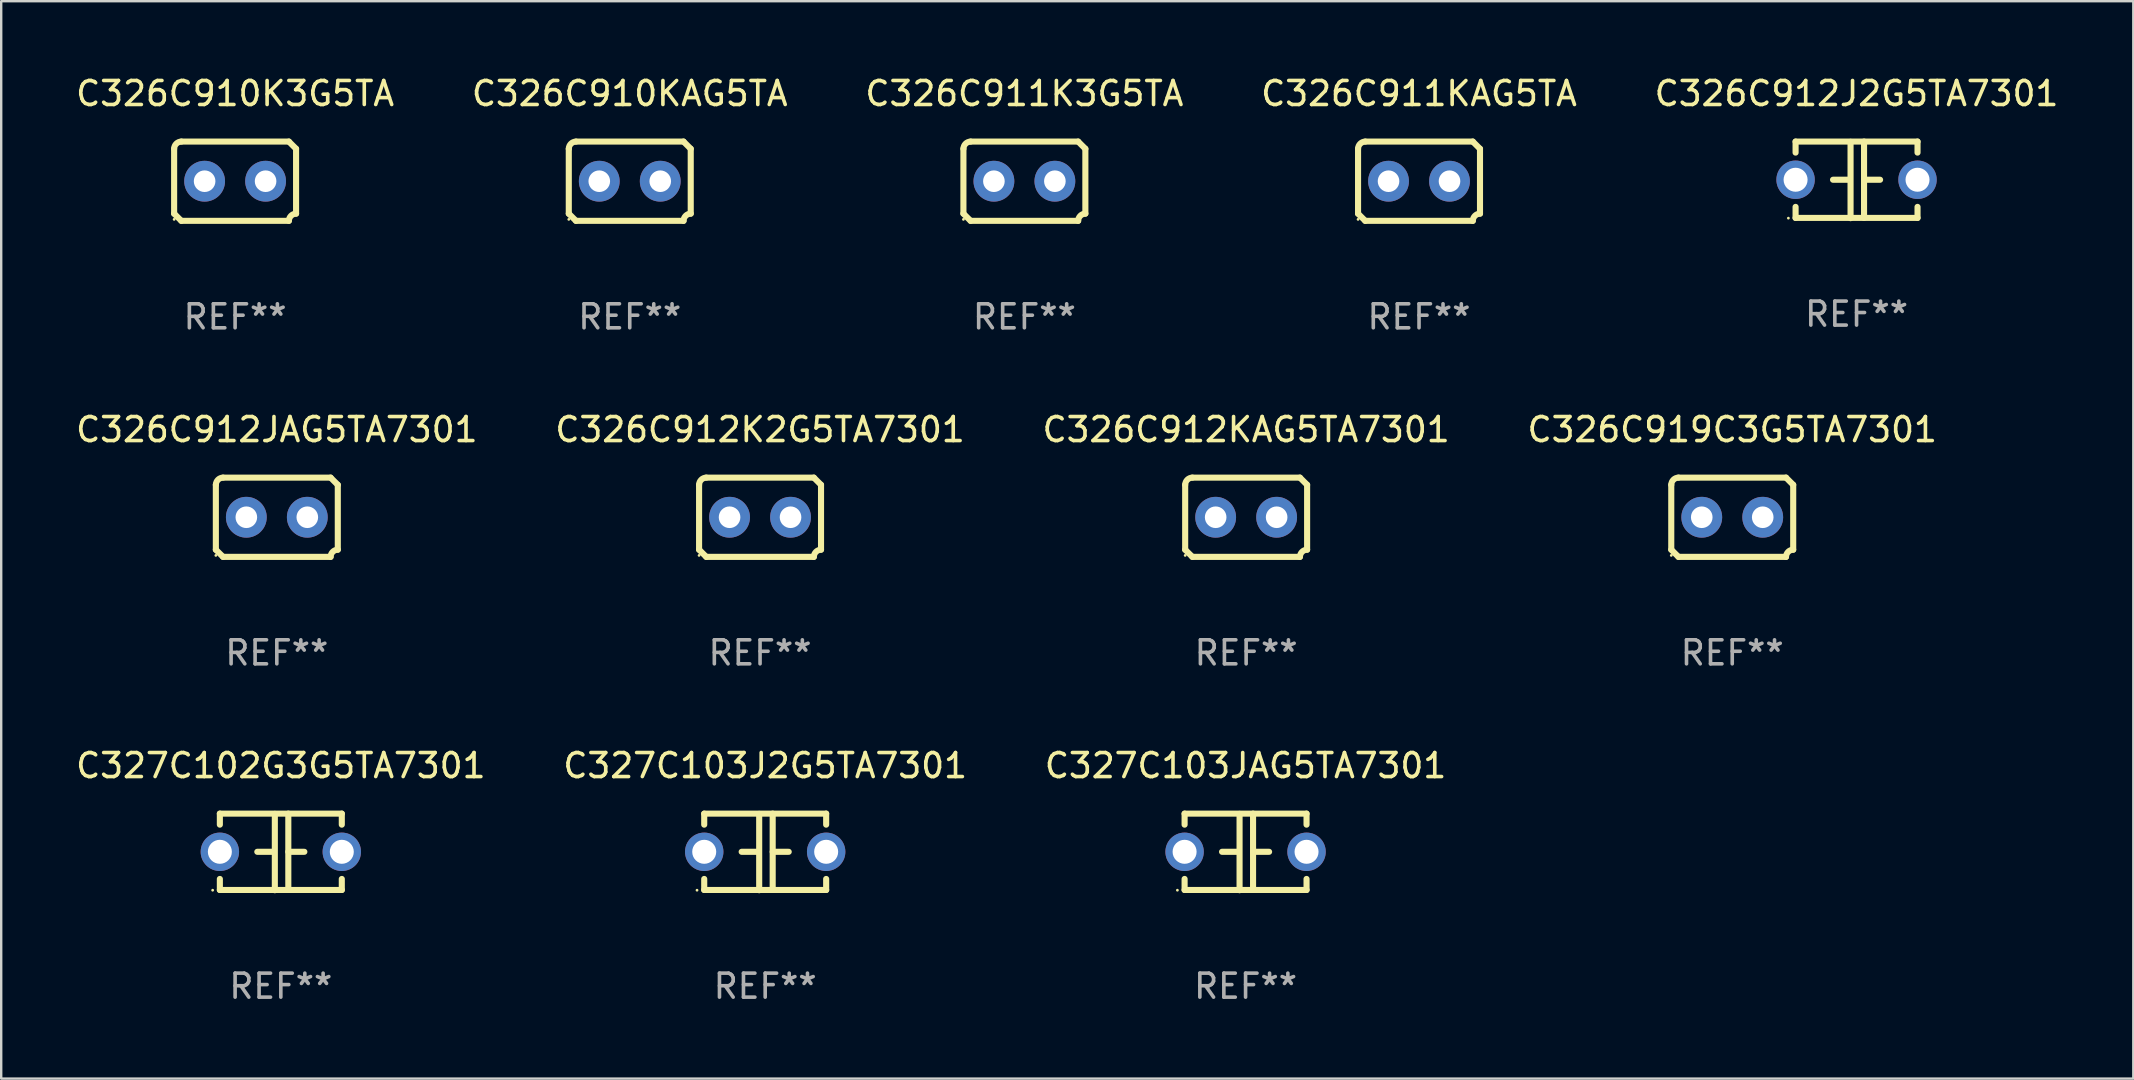
<source format=kicad_pcb>
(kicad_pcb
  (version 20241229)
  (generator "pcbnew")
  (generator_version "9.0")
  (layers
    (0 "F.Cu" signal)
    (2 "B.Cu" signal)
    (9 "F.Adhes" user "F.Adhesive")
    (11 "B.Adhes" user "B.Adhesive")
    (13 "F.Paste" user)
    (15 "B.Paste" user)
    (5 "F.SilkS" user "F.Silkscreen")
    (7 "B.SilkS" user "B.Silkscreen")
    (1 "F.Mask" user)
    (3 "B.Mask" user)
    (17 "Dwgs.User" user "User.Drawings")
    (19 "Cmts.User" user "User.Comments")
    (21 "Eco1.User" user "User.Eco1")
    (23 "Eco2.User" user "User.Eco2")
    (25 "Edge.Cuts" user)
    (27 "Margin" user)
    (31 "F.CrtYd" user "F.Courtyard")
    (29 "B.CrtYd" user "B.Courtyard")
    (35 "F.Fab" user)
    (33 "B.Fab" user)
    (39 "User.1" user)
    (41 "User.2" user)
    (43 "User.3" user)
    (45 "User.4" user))
  (footprint "C326C910KAG5TA"
    (layer "F.Cu")
    (at 23.185 4.499)
    (property "Reference" "C326C910KAG5TA" (at 0 -3.651 0) (layer "F.SilkS") (effects (font (size 1 1) (thickness 0.15))))
    (attr through_hole)
    (fp_line (start -2.54 -1.351) (end -2.54 1.351) (stroke (width 0.254) (type solid)) (layer "F.SilkS"))
    (fp_line (start -2.24 -1.651) (end 2.24 -1.651) (stroke (width 0.254) (type solid)) (layer "F.SilkS"))
    (fp_line (start 2.24 1.651) (end -2.24 1.651) (stroke (width 0.254) (type solid)) (layer "F.SilkS"))
    (fp_line (start 2.54 1.351) (end 2.54 -1.351) (stroke (width 0.254) (type solid)) (layer "F.SilkS"))
    (fp_arc (start -2.540005 -1.351283) (mid -2.450115 -1.561309) (end -2.240005 -1.651003) (stroke (width 0.254001) (type solid)) (layer "F.SilkS"))
    (fp_arc (start -2.240287 1.651001) (mid -2.390163 1.501019) (end -2.540005 1.351003) (stroke (width 0.254001) (type solid)) (layer "F.SilkS"))
    (fp_arc (start 2.240005 1.651003) (mid 2.329934 1.441015) (end 2.540005 1.351282) (stroke (width 0.254001) (type solid)) (layer "F.SilkS"))
    (fp_arc (start 2.540005 -1.351003) (mid 2.389393 -1.500252) (end 2.240284 -1.651003) (stroke (width 0.254001) (type solid)) (layer "F.SilkS"))
    (fp_circle (center -2.54 1.59) (end -2.51 1.59) (stroke (width 0.06) (type solid)) (fill no) (layer "F.SilkS"))
    (fp_text user "REF**" (at 0 5.651 0) (layer "F.Fab") (effects (font (size 1 1) (thickness 0.15))))
    (pad "1" thru_hole circle (at -1.27 0) (size 1.7 1.7) (drill 0.9) (layers "*.Cu" "*.Mask"))
    (pad "2" thru_hole circle (at 1.27 0) (size 1.7 1.7) (drill 0.9) (layers "*.Cu" "*.Mask")))
  (footprint "C327C102G3G5TA7301"
    (layer "F.Cu")
    (at 8.649 32.44)
    (property "Reference" "C327C102G3G5TA7301" (at 0 -3.595 0) (layer "F.SilkS") (effects (font (size 1 1) (thickness 0.15))))
    (attr through_hole)
    (fp_line (start -2.54 -1.595) (end -2.54 -1.136) (stroke (width 0.254) (type solid)) (layer "F.SilkS"))
    (fp_line (start -2.54 -1.595) (end 2.54 -1.595) (stroke (width 0.254) (type solid)) (layer "F.SilkS"))
    (fp_line (start -2.54 1.126) (end -2.54 1.585) (stroke (width 0.254) (type solid)) (layer "F.SilkS"))
    (fp_line (start -0.312 -0.005) (end -0.98 -0.005) (stroke (width 0.254) (type solid)) (layer "F.SilkS"))
    (fp_line (start -0.25 -1.585) (end -0.25 1.595) (stroke (width 0.254) (type solid)) (layer "F.SilkS"))
    (fp_line (start 0.312 -1.595) (end 0.312 1.585) (stroke (width 0.254) (type solid)) (layer "F.SilkS"))
    (fp_line (start 0.312 -0.005) (end 0.98 -0.005) (stroke (width 0.254) (type solid)) (layer "F.SilkS"))
    (fp_line (start 2.54 -1.595) (end 2.54 -1.136) (stroke (width 0.254) (type solid)) (layer "F.SilkS"))
    (fp_line (start 2.54 1.126) (end 2.54 1.585) (stroke (width 0.254) (type solid)) (layer "F.SilkS"))
    (fp_line (start 2.54 1.585) (end -2.54 1.585) (stroke (width 0.254) (type solid)) (layer "F.SilkS"))
    (fp_circle (center -2.84 1.595) (end -2.81 1.595) (stroke (width 0.06) (type solid)) (fill no) (layer "F.SilkS"))
    (fp_text user "REF**" (at 0 5.595 0) (layer "F.Fab") (effects (font (size 1 1) (thickness 0.15))))
    (pad "1" thru_hole circle (at -2.54 -0.005) (size 1.6 1.6) (drill 1) (layers "*.Cu" "*.Mask"))
    (pad "2" thru_hole circle (at 2.54 -0.005) (size 1.6 1.6) (drill 1) (layers "*.Cu" "*.Mask")))
  (footprint "C327C103JAG5TA7301"
    (layer "F.Cu")
    (at 48.839 32.44)
    (property "Reference" "C327C103JAG5TA7301" (at 0 -3.595 0) (layer "F.SilkS") (effects (font (size 1 1) (thickness 0.15))))
    (attr through_hole)
    (fp_line (start -2.54 -1.595) (end -2.54 -1.136) (stroke (width 0.254) (type solid)) (layer "F.SilkS"))
    (fp_line (start -2.54 -1.595) (end 2.54 -1.595) (stroke (width 0.254) (type solid)) (layer "F.SilkS"))
    (fp_line (start -2.54 1.126) (end -2.54 1.585) (stroke (width 0.254) (type solid)) (layer "F.SilkS"))
    (fp_line (start -0.312 -0.005) (end -0.98 -0.005) (stroke (width 0.254) (type solid)) (layer "F.SilkS"))
    (fp_line (start -0.25 -1.585) (end -0.25 1.595) (stroke (width 0.254) (type solid)) (layer "F.SilkS"))
    (fp_line (start 0.312 -1.595) (end 0.312 1.585) (stroke (width 0.254) (type solid)) (layer "F.SilkS"))
    (fp_line (start 0.312 -0.005) (end 0.98 -0.005) (stroke (width 0.254) (type solid)) (layer "F.SilkS"))
    (fp_line (start 2.54 -1.595) (end 2.54 -1.136) (stroke (width 0.254) (type solid)) (layer "F.SilkS"))
    (fp_line (start 2.54 1.126) (end 2.54 1.585) (stroke (width 0.254) (type solid)) (layer "F.SilkS"))
    (fp_line (start 2.54 1.585) (end -2.54 1.585) (stroke (width 0.254) (type solid)) (layer "F.SilkS"))
    (fp_circle (center -2.84 1.595) (end -2.81 1.595) (stroke (width 0.06) (type solid)) (fill no) (layer "F.SilkS"))
    (fp_text user "REF**" (at 0 5.595 0) (layer "F.Fab") (effects (font (size 1 1) (thickness 0.15))))
    (pad "1" thru_hole circle (at -2.54 -0.005) (size 1.6 1.6) (drill 1) (layers "*.Cu" "*.Mask"))
    (pad "2" thru_hole circle (at 2.54 -0.005) (size 1.6 1.6) (drill 1) (layers "*.Cu" "*.Mask")))
  (footprint "C326C911K3G5TA"
    (layer "F.Cu")
    (at 39.625 4.499)
    (property "Reference" "C326C911K3G5TA" (at 0 -3.651 0) (layer "F.SilkS") (effects (font (size 1 1) (thickness 0.15))))
    (attr through_hole)
    (fp_line (start -2.54 -1.351) (end -2.54 1.351) (stroke (width 0.254) (type solid)) (layer "F.SilkS"))
    (fp_line (start -2.24 -1.651) (end 2.24 -1.651) (stroke (width 0.254) (type solid)) (layer "F.SilkS"))
    (fp_line (start 2.24 1.651) (end -2.24 1.651) (stroke (width 0.254) (type solid)) (layer "F.SilkS"))
    (fp_line (start 2.54 1.351) (end 2.54 -1.351) (stroke (width 0.254) (type solid)) (layer "F.SilkS"))
    (fp_arc (start -2.540005 -1.351283) (mid -2.450115 -1.561309) (end -2.240005 -1.651003) (stroke (width 0.254001) (type solid)) (layer "F.SilkS"))
    (fp_arc (start -2.240287 1.651001) (mid -2.390163 1.501019) (end -2.540005 1.351003) (stroke (width 0.254001) (type solid)) (layer "F.SilkS"))
    (fp_arc (start 2.240005 1.651003) (mid 2.329934 1.441015) (end 2.540005 1.351282) (stroke (width 0.254001) (type solid)) (layer "F.SilkS"))
    (fp_arc (start 2.540005 -1.351003) (mid 2.389393 -1.500252) (end 2.240284 -1.651003) (stroke (width 0.254001) (type solid)) (layer "F.SilkS"))
    (fp_circle (center -2.54 1.59) (end -2.51 1.59) (stroke (width 0.06) (type solid)) (fill no) (layer "F.SilkS"))
    (fp_text user "REF**" (at 0 5.651 0) (layer "F.Fab") (effects (font (size 1 1) (thickness 0.15))))
    (pad "1" thru_hole circle (at -1.27 0) (size 1.7 1.7) (drill 0.9) (layers "*.Cu" "*.Mask"))
    (pad "2" thru_hole circle (at 1.27 0) (size 1.7 1.7) (drill 0.9) (layers "*.Cu" "*.Mask")))
  (footprint "C326C912KAG5TA7301"
    (layer "F.Cu")
    (at 48.863 18.498)
    (property "Reference" "C326C912KAG5TA7301" (at 0 -3.651 0) (layer "F.SilkS") (effects (font (size 1 1) (thickness 0.15))))
    (attr through_hole)
    (fp_line (start -2.54 -1.351) (end -2.54 1.351) (stroke (width 0.254) (type solid)) (layer "F.SilkS"))
    (fp_line (start -2.24 -1.651) (end 2.24 -1.651) (stroke (width 0.254) (type solid)) (layer "F.SilkS"))
    (fp_line (start 2.24 1.651) (end -2.24 1.651) (stroke (width 0.254) (type solid)) (layer "F.SilkS"))
    (fp_line (start 2.54 1.351) (end 2.54 -1.351) (stroke (width 0.254) (type solid)) (layer "F.SilkS"))
    (fp_arc (start -2.540005 -1.351283) (mid -2.450115 -1.561309) (end -2.240005 -1.651003) (stroke (width 0.254001) (type solid)) (layer "F.SilkS"))
    (fp_arc (start -2.240287 1.651001) (mid -2.390163 1.501019) (end -2.540005 1.351003) (stroke (width 0.254001) (type solid)) (layer "F.SilkS"))
    (fp_arc (start 2.240005 1.651003) (mid 2.329934 1.441015) (end 2.540005 1.351282) (stroke (width 0.254001) (type solid)) (layer "F.SilkS"))
    (fp_arc (start 2.540005 -1.351003) (mid 2.389393 -1.500252) (end 2.240284 -1.651003) (stroke (width 0.254001) (type solid)) (layer "F.SilkS"))
    (fp_circle (center -2.54 1.59) (end -2.51 1.59) (stroke (width 0.06) (type solid)) (fill no) (layer "F.SilkS"))
    (fp_text user "REF**" (at 0 5.651 0) (layer "F.Fab") (effects (font (size 1 1) (thickness 0.15))))
    (pad "1" thru_hole circle (at -1.27 0) (size 1.7 1.7) (drill 0.9) (layers "*.Cu" "*.Mask"))
    (pad "2" thru_hole circle (at 1.27 0) (size 1.7 1.7) (drill 0.9) (layers "*.Cu" "*.Mask")))
  (footprint "C326C911KAG5TA"
    (layer "F.Cu")
    (at 56.065 4.499)
    (property "Reference" "C326C911KAG5TA" (at 0 -3.651 0) (layer "F.SilkS") (effects (font (size 1 1) (thickness 0.15))))
    (attr through_hole)
    (fp_line (start -2.54 -1.351) (end -2.54 1.351) (stroke (width 0.254) (type solid)) (layer "F.SilkS"))
    (fp_line (start -2.24 -1.651) (end 2.24 -1.651) (stroke (width 0.254) (type solid)) (layer "F.SilkS"))
    (fp_line (start 2.24 1.651) (end -2.24 1.651) (stroke (width 0.254) (type solid)) (layer "F.SilkS"))
    (fp_line (start 2.54 1.351) (end 2.54 -1.351) (stroke (width 0.254) (type solid)) (layer "F.SilkS"))
    (fp_arc (start -2.540005 -1.351283) (mid -2.450115 -1.561309) (end -2.240005 -1.651003) (stroke (width 0.254001) (type solid)) (layer "F.SilkS"))
    (fp_arc (start -2.240287 1.651001) (mid -2.390163 1.501019) (end -2.540005 1.351003) (stroke (width 0.254001) (type solid)) (layer "F.SilkS"))
    (fp_arc (start 2.240005 1.651003) (mid 2.329934 1.441015) (end 2.540005 1.351282) (stroke (width 0.254001) (type solid)) (layer "F.SilkS"))
    (fp_arc (start 2.540005 -1.351003) (mid 2.389393 -1.500252) (end 2.240284 -1.651003) (stroke (width 0.254001) (type solid)) (layer "F.SilkS"))
    (fp_circle (center -2.54 1.59) (end -2.51 1.59) (stroke (width 0.06) (type solid)) (fill no) (layer "F.SilkS"))
    (fp_text user "REF**" (at 0 5.651 0) (layer "F.Fab") (effects (font (size 1 1) (thickness 0.15))))
    (pad "1" thru_hole circle (at -1.27 0) (size 1.7 1.7) (drill 0.9) (layers "*.Cu" "*.Mask"))
    (pad "2" thru_hole circle (at 1.27 0) (size 1.7 1.7) (drill 0.9) (layers "*.Cu" "*.Mask")))
  (footprint "C326C910K3G5TA"
    (layer "F.Cu")
    (at 6.744 4.499)
    (property "Reference" "C326C910K3G5TA" (at 0 -3.651 0) (layer "F.SilkS") (effects (font (size 1 1) (thickness 0.15))))
    (attr through_hole)
    (fp_line (start -2.54 -1.351) (end -2.54 1.351) (stroke (width 0.254) (type solid)) (layer "F.SilkS"))
    (fp_line (start -2.24 -1.651) (end 2.24 -1.651) (stroke (width 0.254) (type solid)) (layer "F.SilkS"))
    (fp_line (start 2.24 1.651) (end -2.24 1.651) (stroke (width 0.254) (type solid)) (layer "F.SilkS"))
    (fp_line (start 2.54 1.351) (end 2.54 -1.351) (stroke (width 0.254) (type solid)) (layer "F.SilkS"))
    (fp_arc (start -2.540005 -1.351283) (mid -2.450115 -1.561309) (end -2.240005 -1.651003) (stroke (width 0.254001) (type solid)) (layer "F.SilkS"))
    (fp_arc (start -2.240287 1.651001) (mid -2.390163 1.501019) (end -2.540005 1.351003) (stroke (width 0.254001) (type solid)) (layer "F.SilkS"))
    (fp_arc (start 2.240005 1.651003) (mid 2.329934 1.441015) (end 2.540005 1.351282) (stroke (width 0.254001) (type solid)) (layer "F.SilkS"))
    (fp_arc (start 2.540005 -1.351003) (mid 2.389393 -1.500252) (end 2.240284 -1.651003) (stroke (width 0.254001) (type solid)) (layer "F.SilkS"))
    (fp_circle (center -2.54 1.59) (end -2.51 1.59) (stroke (width 0.06) (type solid)) (fill no) (layer "F.SilkS"))
    (fp_text user "REF**" (at 0 5.651 0) (layer "F.Fab") (effects (font (size 1 1) (thickness 0.15))))
    (pad "1" thru_hole circle (at -1.27 0) (size 1.7 1.7) (drill 0.9) (layers "*.Cu" "*.Mask"))
    (pad "2" thru_hole circle (at 1.27 0) (size 1.7 1.7) (drill 0.9) (layers "*.Cu" "*.Mask")))
  (footprint "C326C912K2G5TA7301"
    (layer "F.Cu")
    (at 28.613 18.498)
    (property "Reference" "C326C912K2G5TA7301" (at 0 -3.651 0) (layer "F.SilkS") (effects (font (size 1 1) (thickness 0.15))))
    (attr through_hole)
    (fp_line (start -2.54 -1.351) (end -2.54 1.351) (stroke (width 0.254) (type solid)) (layer "F.SilkS"))
    (fp_line (start -2.24 -1.651) (end 2.24 -1.651) (stroke (width 0.254) (type solid)) (layer "F.SilkS"))
    (fp_line (start 2.24 1.651) (end -2.24 1.651) (stroke (width 0.254) (type solid)) (layer "F.SilkS"))
    (fp_line (start 2.54 1.351) (end 2.54 -1.351) (stroke (width 0.254) (type solid)) (layer "F.SilkS"))
    (fp_arc (start -2.540005 -1.351283) (mid -2.450115 -1.561309) (end -2.240005 -1.651003) (stroke (width 0.254001) (type solid)) (layer "F.SilkS"))
    (fp_arc (start -2.240287 1.651001) (mid -2.390163 1.501019) (end -2.540005 1.351003) (stroke (width 0.254001) (type solid)) (layer "F.SilkS"))
    (fp_arc (start 2.240005 1.651003) (mid 2.329934 1.441015) (end 2.540005 1.351282) (stroke (width 0.254001) (type solid)) (layer "F.SilkS"))
    (fp_arc (start 2.540005 -1.351003) (mid 2.389393 -1.500252) (end 2.240284 -1.651003) (stroke (width 0.254001) (type solid)) (layer "F.SilkS"))
    (fp_circle (center -2.54 1.59) (end -2.51 1.59) (stroke (width 0.06) (type solid)) (fill no) (layer "F.SilkS"))
    (fp_text user "REF**" (at 0 5.651 0) (layer "F.Fab") (effects (font (size 1 1) (thickness 0.15))))
    (pad "1" thru_hole circle (at -1.27 0) (size 1.7 1.7) (drill 0.9) (layers "*.Cu" "*.Mask"))
    (pad "2" thru_hole circle (at 1.27 0) (size 1.7 1.7) (drill 0.9) (layers "*.Cu" "*.Mask")))
  (footprint "C327C103J2G5TA7301"
    (layer "F.Cu")
    (at 28.827 32.44)
    (property "Reference" "C327C103J2G5TA7301" (at 0 -3.595 0) (layer "F.SilkS") (effects (font (size 1 1) (thickness 0.15))))
    (attr through_hole)
    (fp_line (start -2.54 -1.595) (end -2.54 -1.136) (stroke (width 0.254) (type solid)) (layer "F.SilkS"))
    (fp_line (start -2.54 -1.595) (end 2.54 -1.595) (stroke (width 0.254) (type solid)) (layer "F.SilkS"))
    (fp_line (start -2.54 1.126) (end -2.54 1.585) (stroke (width 0.254) (type solid)) (layer "F.SilkS"))
    (fp_line (start -0.312 -0.005) (end -0.98 -0.005) (stroke (width 0.254) (type solid)) (layer "F.SilkS"))
    (fp_line (start -0.25 -1.585) (end -0.25 1.595) (stroke (width 0.254) (type solid)) (layer "F.SilkS"))
    (fp_line (start 0.312 -1.595) (end 0.312 1.585) (stroke (width 0.254) (type solid)) (layer "F.SilkS"))
    (fp_line (start 0.312 -0.005) (end 0.98 -0.005) (stroke (width 0.254) (type solid)) (layer "F.SilkS"))
    (fp_line (start 2.54 -1.595) (end 2.54 -1.136) (stroke (width 0.254) (type solid)) (layer "F.SilkS"))
    (fp_line (start 2.54 1.126) (end 2.54 1.585) (stroke (width 0.254) (type solid)) (layer "F.SilkS"))
    (fp_line (start 2.54 1.585) (end -2.54 1.585) (stroke (width 0.254) (type solid)) (layer "F.SilkS"))
    (fp_circle (center -2.84 1.595) (end -2.81 1.595) (stroke (width 0.06) (type solid)) (fill no) (layer "F.SilkS"))
    (fp_text user "REF**" (at 0 5.595 0) (layer "F.Fab") (effects (font (size 1 1) (thickness 0.15))))
    (pad "1" thru_hole circle (at -2.54 -0.005) (size 1.6 1.6) (drill 1) (layers "*.Cu" "*.Mask"))
    (pad "2" thru_hole circle (at 2.54 -0.005) (size 1.6 1.6) (drill 1) (layers "*.Cu" "*.Mask")))
  (footprint "C326C919C3G5TA7301"
    (layer "F.Cu")
    (at 69.113 18.498)
    (property "Reference" "C326C919C3G5TA7301" (at 0 -3.651 0) (layer "F.SilkS") (effects (font (size 1 1) (thickness 0.15))))
    (attr through_hole)
    (fp_line (start -2.54 -1.351) (end -2.54 1.351) (stroke (width 0.254) (type solid)) (layer "F.SilkS"))
    (fp_line (start -2.24 -1.651) (end 2.24 -1.651) (stroke (width 0.254) (type solid)) (layer "F.SilkS"))
    (fp_line (start 2.24 1.651) (end -2.24 1.651) (stroke (width 0.254) (type solid)) (layer "F.SilkS"))
    (fp_line (start 2.54 1.351) (end 2.54 -1.351) (stroke (width 0.254) (type solid)) (layer "F.SilkS"))
    (fp_arc (start -2.540005 -1.351283) (mid -2.450115 -1.561309) (end -2.240005 -1.651003) (stroke (width 0.254001) (type solid)) (layer "F.SilkS"))
    (fp_arc (start -2.240287 1.651001) (mid -2.390163 1.501019) (end -2.540005 1.351003) (stroke (width 0.254001) (type solid)) (layer "F.SilkS"))
    (fp_arc (start 2.240005 1.651003) (mid 2.329934 1.441015) (end 2.540005 1.351282) (stroke (width 0.254001) (type solid)) (layer "F.SilkS"))
    (fp_arc (start 2.540005 -1.351003) (mid 2.389393 -1.500252) (end 2.240284 -1.651003) (stroke (width 0.254001) (type solid)) (layer "F.SilkS"))
    (fp_circle (center -2.54 1.59) (end -2.51 1.59) (stroke (width 0.06) (type solid)) (fill no) (layer "F.SilkS"))
    (fp_text user "REF**" (at 0 5.651 0) (layer "F.Fab") (effects (font (size 1 1) (thickness 0.15))))
    (pad "1" thru_hole circle (at -1.27 0) (size 1.7 1.7) (drill 0.9) (layers "*.Cu" "*.Mask"))
    (pad "2" thru_hole circle (at 1.27 0) (size 1.7 1.7) (drill 0.9) (layers "*.Cu" "*.Mask")))
  (footprint "C326C912JAG5TA7301"
    (layer "F.Cu")
    (at 8.482 18.498)
    (property "Reference" "C326C912JAG5TA7301" (at 0 -3.651 0) (layer "F.SilkS") (effects (font (size 1 1) (thickness 0.15))))
    (attr through_hole)
    (fp_line (start -2.54 -1.351) (end -2.54 1.351) (stroke (width 0.254) (type solid)) (layer "F.SilkS"))
    (fp_line (start -2.24 -1.651) (end 2.24 -1.651) (stroke (width 0.254) (type solid)) (layer "F.SilkS"))
    (fp_line (start 2.24 1.651) (end -2.24 1.651) (stroke (width 0.254) (type solid)) (layer "F.SilkS"))
    (fp_line (start 2.54 1.351) (end 2.54 -1.351) (stroke (width 0.254) (type solid)) (layer "F.SilkS"))
    (fp_arc (start -2.540005 -1.351283) (mid -2.450115 -1.561309) (end -2.240005 -1.651003) (stroke (width 0.254001) (type solid)) (layer "F.SilkS"))
    (fp_arc (start -2.240287 1.651001) (mid -2.390163 1.501019) (end -2.540005 1.351003) (stroke (width 0.254001) (type solid)) (layer "F.SilkS"))
    (fp_arc (start 2.240005 1.651003) (mid 2.329934 1.441015) (end 2.540005 1.351282) (stroke (width 0.254001) (type solid)) (layer "F.SilkS"))
    (fp_arc (start 2.540005 -1.351003) (mid 2.389393 -1.500252) (end 2.240284 -1.651003) (stroke (width 0.254001) (type solid)) (layer "F.SilkS"))
    (fp_circle (center -2.54 1.59) (end -2.51 1.59) (stroke (width 0.06) (type solid)) (fill no) (layer "F.SilkS"))
    (fp_text user "REF**" (at 0 5.651 0) (layer "F.Fab") (effects (font (size 1 1) (thickness 0.15))))
    (pad "1" thru_hole circle (at -1.27 0) (size 1.7 1.7) (drill 0.9) (layers "*.Cu" "*.Mask"))
    (pad "2" thru_hole circle (at 1.27 0) (size 1.7 1.7) (drill 0.9) (layers "*.Cu" "*.Mask")))
  (footprint "C326C912J2G5TA7301"
    (layer "F.Cu")
    (at 74.292 4.443)
    (property "Reference" "C326C912J2G5TA7301" (at 0 -3.595 0) (layer "F.SilkS") (effects (font (size 1 1) (thickness 0.15))))
    (attr through_hole)
    (fp_line (start -2.54 -1.595) (end -2.54 -1.136) (stroke (width 0.254) (type solid)) (layer "F.SilkS"))
    (fp_line (start -2.54 -1.595) (end 2.54 -1.595) (stroke (width 0.254) (type solid)) (layer "F.SilkS"))
    (fp_line (start -2.54 1.126) (end -2.54 1.585) (stroke (width 0.254) (type solid)) (layer "F.SilkS"))
    (fp_line (start -0.312 -0.005) (end -0.98 -0.005) (stroke (width 0.254) (type solid)) (layer "F.SilkS"))
    (fp_line (start -0.25 -1.585) (end -0.25 1.595) (stroke (width 0.254) (type solid)) (layer "F.SilkS"))
    (fp_line (start 0.312 -1.595) (end 0.312 1.585) (stroke (width 0.254) (type solid)) (layer "F.SilkS"))
    (fp_line (start 0.312 -0.005) (end 0.98 -0.005) (stroke (width 0.254) (type solid)) (layer "F.SilkS"))
    (fp_line (start 2.54 -1.595) (end 2.54 -1.136) (stroke (width 0.254) (type solid)) (layer "F.SilkS"))
    (fp_line (start 2.54 1.126) (end 2.54 1.585) (stroke (width 0.254) (type solid)) (layer "F.SilkS"))
    (fp_line (start 2.54 1.585) (end -2.54 1.585) (stroke (width 0.254) (type solid)) (layer "F.SilkS"))
    (fp_circle (center -2.84 1.595) (end -2.81 1.595) (stroke (width 0.06) (type solid)) (fill no) (layer "F.SilkS"))
    (fp_text user "REF**" (at 0 5.595 0) (layer "F.Fab") (effects (font (size 1 1) (thickness 0.15))))
    (pad "1" thru_hole circle (at -2.54 -0.005) (size 1.6 1.6) (drill 1) (layers "*.Cu" "*.Mask"))
    (pad "2" thru_hole circle (at 2.54 -0.005) (size 1.6 1.6) (drill 1) (layers "*.Cu" "*.Mask")))
  (gr_rect
    (start -3 -3)
    (end 85.821 41.883)
    (stroke (width 0.1) (type default))
    (fill no)
    (layer "Edge.Cuts")))
</source>
